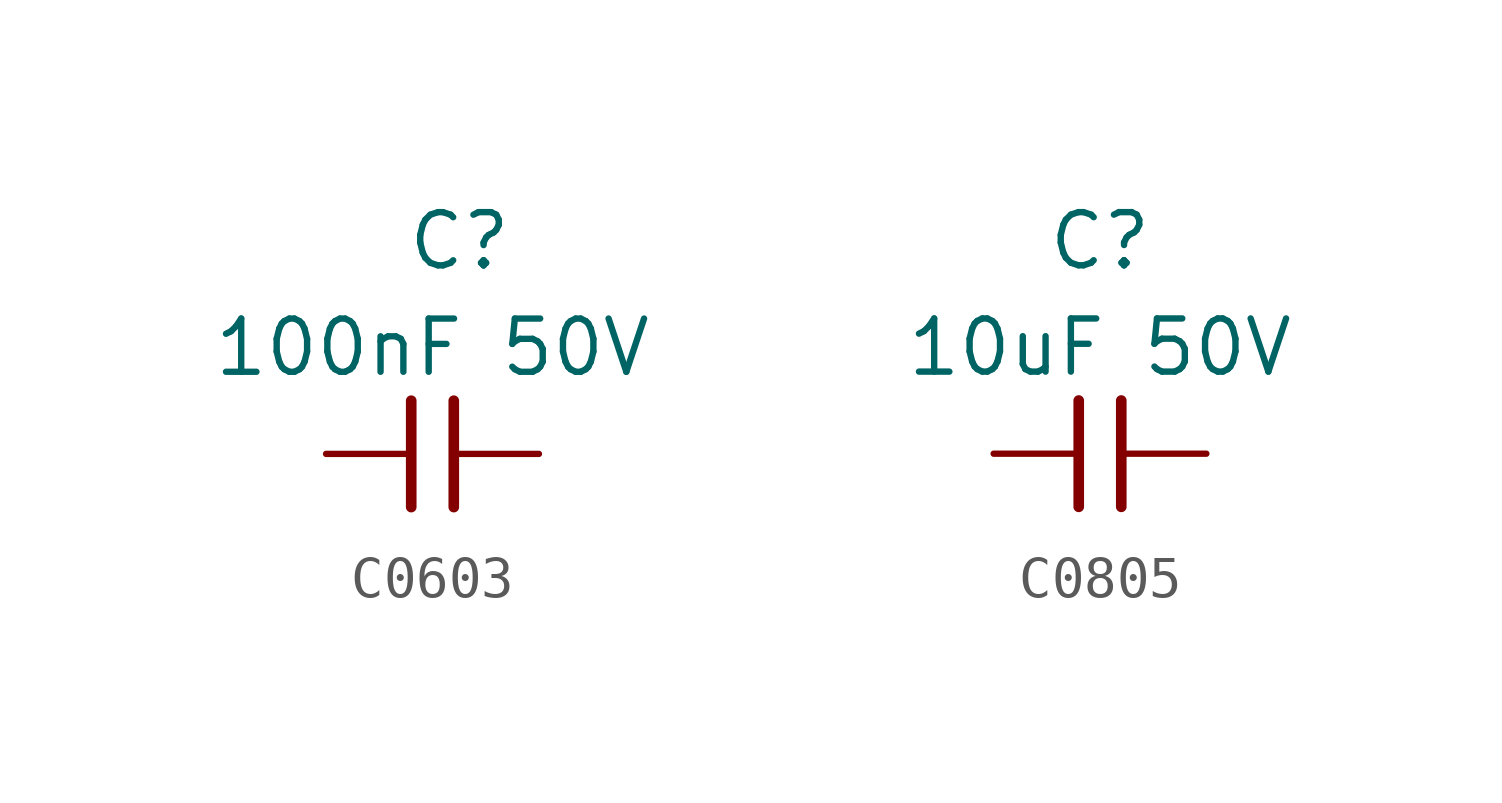
<source format=kicad_sym>
(kicad_symbol_lib
  (version 20220914)
  (generator kicad_symbol_editor)
  (symbol "C0603"
    (pin_numbers hide)
    (pin_names
      (offset 0.254) hide)
    (property "Reference" "C"
      (at -0.635 5.08 0)
      (do_not_autoplace)
      (effects (font (size 1.27 1.27)) (justify left)))
    (property "Value" "100nF 50V"
      (at 0 2.54 0)
      (do_not_autoplace)
      (effects (font (size 1.27 1.27))))
    (symbol "C0603_1_1"
      (polyline (pts (xy -0.508 -1.27) (xy -0.508 1.27)) (stroke (width 0.254) (type default)) (fill (type none)))
      (polyline (pts (xy 0.508 -1.27) (xy 0.508 1.27)) (stroke (width 0.254) (type default)) (fill (type none)))
      (pin passive line (at -2.54 0 0) (length 2.032) (name "~" (effects (font (size 1.27 1.27)))) (number "1" (effects (font (size 1.27 1.27)))))
      (pin passive line (at 2.54 0 180) (length 2.032) (name "~" (effects (font (size 1.27 1.27)))) (number "2" (effects (font (size 1.27 1.27)))))))
  (symbol "C0805"
    (pin_numbers hide)
    (pin_names
      (offset 0.254) hide)
    (property "Reference" "C"
      (at 0 5.08 0)
      (do_not_autoplace)
      (effects (font (size 1.27 1.27))))
    (property "Value" "10uF 50V"
      (at 0 2.54 0)
      (do_not_autoplace)
      (effects (font (size 1.27 1.27))))
    (symbol "C0805_1_1"
      (polyline (pts (xy -0.508 -1.27) (xy -0.508 1.27)) (stroke (width 0.254) (type default)) (fill (type none)))
      (polyline (pts (xy 0.508 -1.27) (xy 0.508 1.27)) (stroke (width 0.254) (type default)) (fill (type none)))
      (pin passive line (at -2.54 0 0) (length 2.032) (name "~" (effects (font (size 1.27 1.27)))) (number "1" (effects (font (size 1.27 1.27)))))
      (pin passive line (at 2.54 0 180) (length 2.032) (name "~" (effects (font (size 1.27 1.27)))) (number "2" (effects (font (size 1.27 1.27))))))))
</source>
